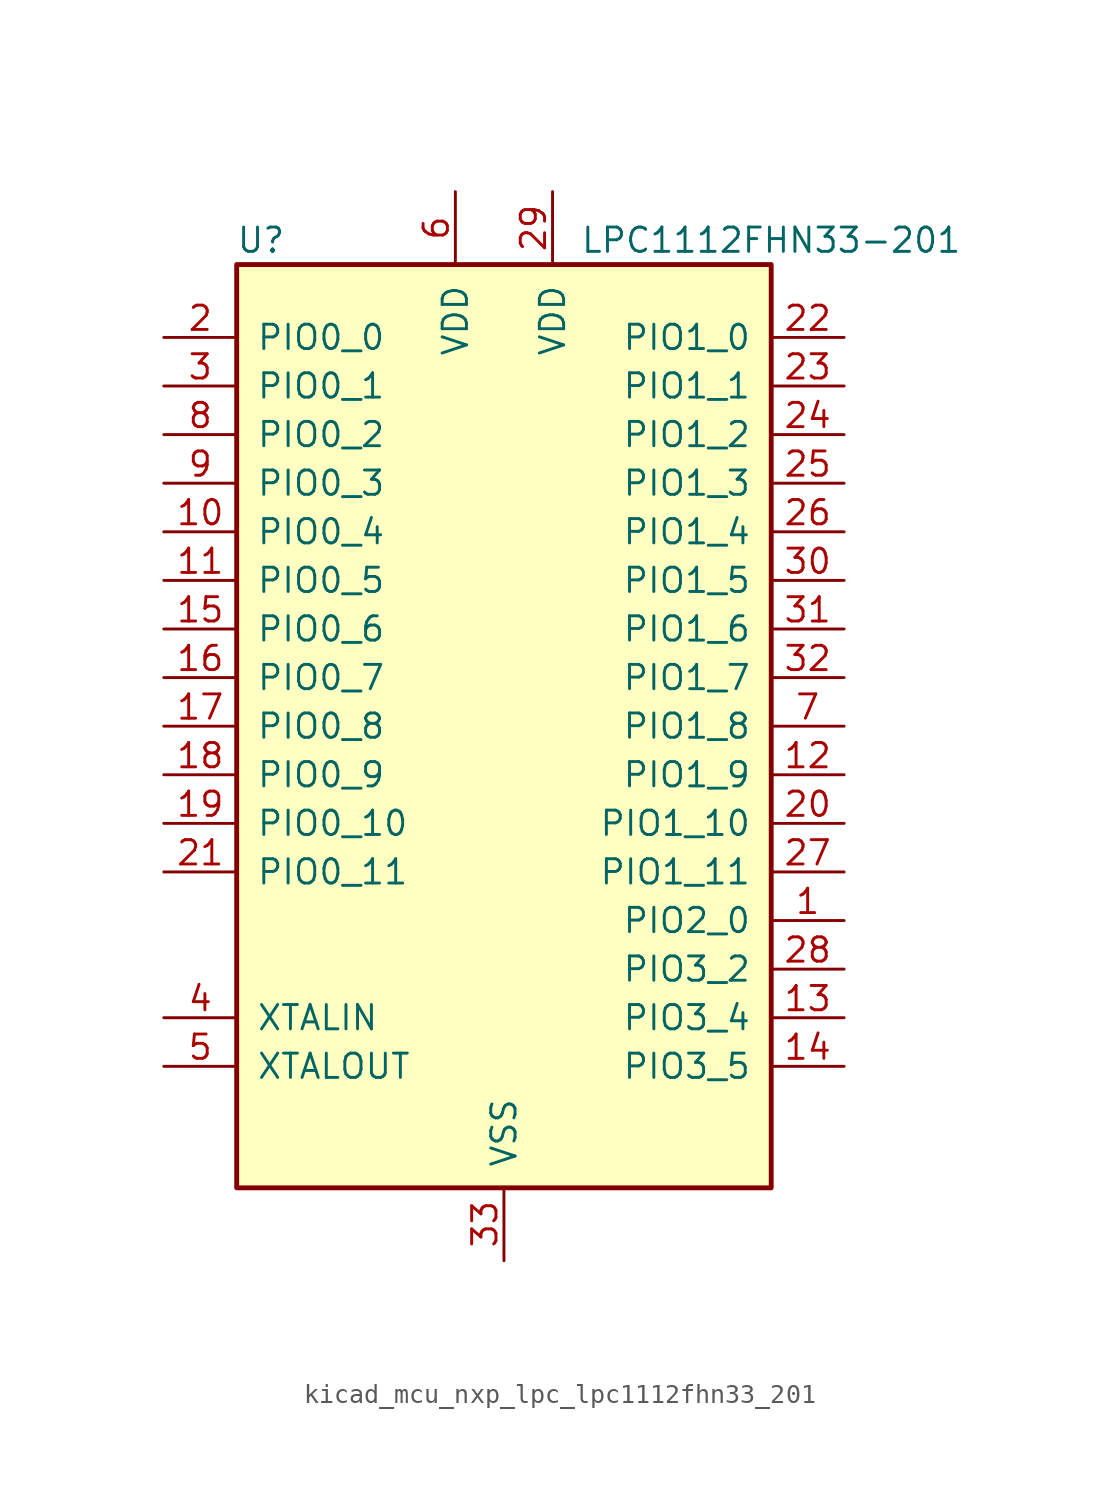
<source format=kicad_sym>
(kicad_symbol_lib
  (version 20220914)
  (generator kicad_symbol_editor)
  (symbol "kicad_mcu_nxp_lpc_lpc1112fhn33_201"
    (pin_names
      (offset 1.016))
    (property "Reference" "U"
      (at -12.7 25.4 0)
      (effects (font (size 1.27 1.27))))
    (property "Value" "LPC1112FHN33-201"
      (at 13.97 25.4 0)
      (effects (font (size 1.27 1.27))))
    (symbol "kicad_mcu_nxp_lpc_lpc1112fhn33_201_0_1"
      (rectangle (start -13.97 24.13) (end 13.97 -24.13) (stroke (width 0.254) (type default)) (fill (type background))))
    (symbol "kicad_mcu_nxp_lpc_lpc1112fhn33_201_1_1"
      (pin bidirectional line (at 17.78 -10.16 180) (length 3.81) (name "PIO2_0" (effects (font (size 1.27 1.27)))) (number "1" (effects (font (size 1.27 1.27)))))
      (pin bidirectional line (at -17.78 10.16 0) (length 3.81) (name "PIO0_4" (effects (font (size 1.27 1.27)))) (number "10" (effects (font (size 1.27 1.27)))))
      (pin bidirectional line (at -17.78 7.62 0) (length 3.81) (name "PIO0_5" (effects (font (size 1.27 1.27)))) (number "11" (effects (font (size 1.27 1.27)))))
      (pin bidirectional line (at 17.78 -2.54 180) (length 3.81) (name "PIO1_9" (effects (font (size 1.27 1.27)))) (number "12" (effects (font (size 1.27 1.27)))))
      (pin bidirectional line (at 17.78 -15.24 180) (length 3.81) (name "PIO3_4" (effects (font (size 1.27 1.27)))) (number "13" (effects (font (size 1.27 1.27)))))
      (pin bidirectional line (at 17.78 -17.78 180) (length 3.81) (name "PIO3_5" (effects (font (size 1.27 1.27)))) (number "14" (effects (font (size 1.27 1.27)))))
      (pin bidirectional line (at -17.78 5.08 0) (length 3.81) (name "PIO0_6" (effects (font (size 1.27 1.27)))) (number "15" (effects (font (size 1.27 1.27)))))
      (pin bidirectional line (at -17.78 2.54 0) (length 3.81) (name "PIO0_7" (effects (font (size 1.27 1.27)))) (number "16" (effects (font (size 1.27 1.27)))))
      (pin bidirectional line (at -17.78 0 0) (length 3.81) (name "PIO0_8" (effects (font (size 1.27 1.27)))) (number "17" (effects (font (size 1.27 1.27)))))
      (pin bidirectional line (at -17.78 -2.54 0) (length 3.81) (name "PIO0_9" (effects (font (size 1.27 1.27)))) (number "18" (effects (font (size 1.27 1.27)))))
      (pin bidirectional line (at -17.78 -5.08 0) (length 3.81) (name "PIO0_10" (effects (font (size 1.27 1.27)))) (number "19" (effects (font (size 1.27 1.27)))))
      (pin bidirectional line (at -17.78 20.32 0) (length 3.81) (name "PIO0_0" (effects (font (size 1.27 1.27)))) (number "2" (effects (font (size 1.27 1.27)))))
      (pin bidirectional line (at 17.78 -5.08 180) (length 3.81) (name "PIO1_10" (effects (font (size 1.27 1.27)))) (number "20" (effects (font (size 1.27 1.27)))))
      (pin bidirectional line (at -17.78 -7.62 0) (length 3.81) (name "PIO0_11" (effects (font (size 1.27 1.27)))) (number "21" (effects (font (size 1.27 1.27)))))
      (pin bidirectional line (at 17.78 20.32 180) (length 3.81) (name "PIO1_0" (effects (font (size 1.27 1.27)))) (number "22" (effects (font (size 1.27 1.27)))))
      (pin bidirectional line (at 17.78 17.78 180) (length 3.81) (name "PIO1_1" (effects (font (size 1.27 1.27)))) (number "23" (effects (font (size 1.27 1.27)))))
      (pin bidirectional line (at 17.78 15.24 180) (length 3.81) (name "PIO1_2" (effects (font (size 1.27 1.27)))) (number "24" (effects (font (size 1.27 1.27)))))
      (pin bidirectional line (at 17.78 12.7 180) (length 3.81) (name "PIO1_3" (effects (font (size 1.27 1.27)))) (number "25" (effects (font (size 1.27 1.27)))))
      (pin bidirectional line (at 17.78 10.16 180) (length 3.81) (name "PIO1_4" (effects (font (size 1.27 1.27)))) (number "26" (effects (font (size 1.27 1.27)))))
      (pin bidirectional line (at 17.78 -7.62 180) (length 3.81) (name "PIO1_11" (effects (font (size 1.27 1.27)))) (number "27" (effects (font (size 1.27 1.27)))))
      (pin bidirectional line (at 17.78 -12.7 180) (length 3.81) (name "PIO3_2" (effects (font (size 1.27 1.27)))) (number "28" (effects (font (size 1.27 1.27)))))
      (pin power_in line (at 2.54 27.94 270) (length 3.81) (name "VDD" (effects (font (size 1.27 1.27)))) (number "29" (effects (font (size 1.27 1.27)))))
      (pin bidirectional line (at -17.78 17.78 0) (length 3.81) (name "PIO0_1" (effects (font (size 1.27 1.27)))) (number "3" (effects (font (size 1.27 1.27)))))
      (pin bidirectional line (at 17.78 7.62 180) (length 3.81) (name "PIO1_5" (effects (font (size 1.27 1.27)))) (number "30" (effects (font (size 1.27 1.27)))))
      (pin bidirectional line (at 17.78 5.08 180) (length 3.81) (name "PIO1_6" (effects (font (size 1.27 1.27)))) (number "31" (effects (font (size 1.27 1.27)))))
      (pin bidirectional line (at 17.78 2.54 180) (length 3.81) (name "PIO1_7" (effects (font (size 1.27 1.27)))) (number "32" (effects (font (size 1.27 1.27)))))
      (pin power_in line (at 0 -27.94 90) (length 3.81) (name "VSS" (effects (font (size 1.27 1.27)))) (number "33" (effects (font (size 1.27 1.27)))))
      (pin input line (at -17.78 -15.24 0) (length 3.81) (name "XTALIN" (effects (font (size 1.27 1.27)))) (number "4" (effects (font (size 1.27 1.27)))))
      (pin output line (at -17.78 -17.78 0) (length 3.81) (name "XTALOUT" (effects (font (size 1.27 1.27)))) (number "5" (effects (font (size 1.27 1.27)))))
      (pin power_in line (at -2.54 27.94 270) (length 3.81) (name "VDD" (effects (font (size 1.27 1.27)))) (number "6" (effects (font (size 1.27 1.27)))))
      (pin bidirectional line (at 17.78 0 180) (length 3.81) (name "PIO1_8" (effects (font (size 1.27 1.27)))) (number "7" (effects (font (size 1.27 1.27)))))
      (pin bidirectional line (at -17.78 15.24 0) (length 3.81) (name "PIO0_2" (effects (font (size 1.27 1.27)))) (number "8" (effects (font (size 1.27 1.27)))))
      (pin bidirectional line (at -17.78 12.7 0) (length 3.81) (name "PIO0_3" (effects (font (size 1.27 1.27)))) (number "9" (effects (font (size 1.27 1.27))))))))
</source>
